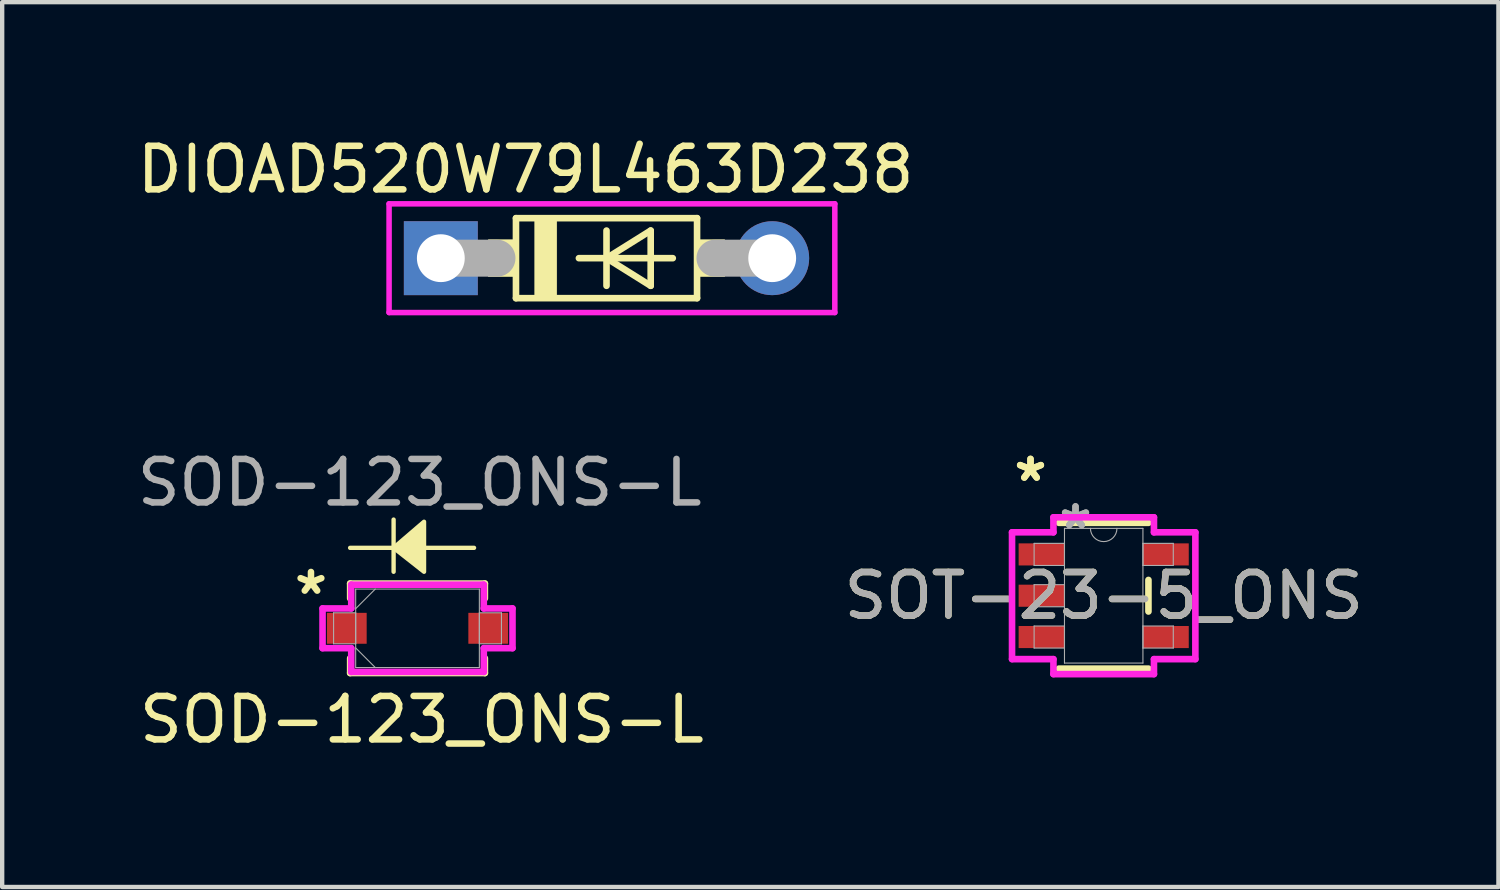
<source format=kicad_pcb>
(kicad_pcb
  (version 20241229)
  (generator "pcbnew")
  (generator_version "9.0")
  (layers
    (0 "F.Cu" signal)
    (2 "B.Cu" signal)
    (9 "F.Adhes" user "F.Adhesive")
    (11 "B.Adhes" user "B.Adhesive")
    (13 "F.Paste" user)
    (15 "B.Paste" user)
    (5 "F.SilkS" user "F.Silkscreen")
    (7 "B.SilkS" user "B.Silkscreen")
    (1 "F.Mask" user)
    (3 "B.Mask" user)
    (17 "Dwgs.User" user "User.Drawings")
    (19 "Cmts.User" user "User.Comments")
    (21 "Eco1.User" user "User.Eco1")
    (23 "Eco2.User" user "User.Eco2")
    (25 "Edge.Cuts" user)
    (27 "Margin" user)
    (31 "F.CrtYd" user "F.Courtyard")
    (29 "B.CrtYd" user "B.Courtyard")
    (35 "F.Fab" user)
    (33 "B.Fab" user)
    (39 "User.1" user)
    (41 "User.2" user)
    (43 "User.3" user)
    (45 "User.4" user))
  (footprint "SOD-123_ONS-L"
    (layer "F.Cu")
    (at 6.551 11.398)
    (property "Reference" "SOD-123_ONS-L" (at 0.1 2.1 0) (unlocked yes) (layer "F.SilkS") (effects (font (size 1 1) (thickness 0.15))))
    (attr smd)
    (fp_line (start -1.549 -1.029) (end -1.549 -0.688) (stroke (width 0.152) (type solid)) (layer "F.SilkS"))
    (fp_line (start -1.549 0.688) (end -1.549 1.029) (stroke (width 0.152) (type solid)) (layer "F.SilkS"))
    (fp_line (start -1.549 1.029) (end 1.549 1.029) (stroke (width 0.152) (type solid)) (layer "F.SilkS"))
    (fp_line (start -0.55 -2.5) (end -0.55 -1.3) (stroke (width 0.1) (type default)) (layer "F.SilkS"))
    (fp_line (start -0.55 -1.85) (end -1.55 -1.85) (stroke (width 0.1) (type default)) (layer "F.SilkS"))
    (fp_line (start 0.2 -1.85) (end 1.3 -1.85) (stroke (width 0.1) (type default)) (layer "F.SilkS"))
    (fp_line (start 1.549 -1.029) (end -1.549 -1.029) (stroke (width 0.152) (type solid)) (layer "F.SilkS"))
    (fp_line (start 1.549 -0.688) (end 1.549 -1.029) (stroke (width 0.152) (type solid)) (layer "F.SilkS"))
    (fp_line (start 1.549 1.029) (end 1.549 0.688) (stroke (width 0.152) (type solid)) (layer "F.SilkS"))
    (fp_poly (pts (xy -0.55 -1.85) (xy 0.15 -2.45) (xy 0.15 -1.3)) (stroke (width 0.1) (type solid)) (fill yes) (layer "F.SilkS"))
    (fp_line (start -2.184 -0.457) (end -1.524 -0.457) (stroke (width 0.152) (type solid)) (layer "F.CrtYd"))
    (fp_line (start -2.184 0.457) (end -2.184 -0.457) (stroke (width 0.152) (type solid)) (layer "F.CrtYd"))
    (fp_line (start -1.524 -1.003) (end 1.524 -1.003) (stroke (width 0.152) (type solid)) (layer "F.CrtYd"))
    (fp_line (start -1.524 -0.457) (end -1.524 -1.003) (stroke (width 0.152) (type solid)) (layer "F.CrtYd"))
    (fp_line (start -1.524 0.457) (end -2.184 0.457) (stroke (width 0.152) (type solid)) (layer "F.CrtYd"))
    (fp_line (start -1.524 1.003) (end -1.524 0.457) (stroke (width 0.152) (type solid)) (layer "F.CrtYd"))
    (fp_line (start 1.524 -1.003) (end 1.524 -0.457) (stroke (width 0.152) (type solid)) (layer "F.CrtYd"))
    (fp_line (start 1.524 -0.457) (end 2.184 -0.457) (stroke (width 0.152) (type solid)) (layer "F.CrtYd"))
    (fp_line (start 1.524 0.457) (end 1.524 1.003) (stroke (width 0.152) (type solid)) (layer "F.CrtYd"))
    (fp_line (start 1.524 1.003) (end -1.524 1.003) (stroke (width 0.152) (type solid)) (layer "F.CrtYd"))
    (fp_line (start 2.184 -0.457) (end 2.184 0.457) (stroke (width 0.152) (type solid)) (layer "F.CrtYd"))
    (fp_line (start 2.184 0.457) (end 1.524 0.457) (stroke (width 0.152) (type solid)) (layer "F.CrtYd"))
    (fp_line (start -1.93 -0.356) (end -1.93 0.356) (stroke (width 0.025) (type solid)) (layer "F.Fab"))
    (fp_line (start -1.93 0.356) (end -1.422 0.356) (stroke (width 0.025) (type solid)) (layer "F.Fab"))
    (fp_line (start -1.422 -0.902) (end -1.422 0.902) (stroke (width 0.025) (type solid)) (layer "F.Fab"))
    (fp_line (start -1.422 -0.451) (end -0.972 -0.902) (stroke (width 0.025) (type solid)) (layer "F.Fab"))
    (fp_line (start -1.422 -0.356) (end -1.93 -0.356) (stroke (width 0.025) (type solid)) (layer "F.Fab"))
    (fp_line (start -1.422 0.356) (end -1.422 -0.356) (stroke (width 0.025) (type solid)) (layer "F.Fab"))
    (fp_line (start -1.422 0.451) (end -0.972 0.902) (stroke (width 0.025) (type solid)) (layer "F.Fab"))
    (fp_line (start -1.422 0.902) (end 1.422 0.902) (stroke (width 0.025) (type solid)) (layer "F.Fab"))
    (fp_line (start 1.422 -0.902) (end -1.422 -0.902) (stroke (width 0.025) (type solid)) (layer "F.Fab"))
    (fp_line (start 1.422 -0.356) (end 1.422 0.356) (stroke (width 0.025) (type solid)) (layer "F.Fab"))
    (fp_line (start 1.422 0.356) (end 1.93 0.356) (stroke (width 0.025) (type solid)) (layer "F.Fab"))
    (fp_line (start 1.422 0.902) (end 1.422 -0.902) (stroke (width 0.025) (type solid)) (layer "F.Fab"))
    (fp_line (start 1.93 -0.356) (end 1.422 -0.356) (stroke (width 0.025) (type solid)) (layer "F.Fab"))
    (fp_line (start 1.93 0.356) (end 1.93 -0.356) (stroke (width 0.025) (type solid)) (layer "F.Fab"))
    (fp_text user "*" (at -2.45 -0.75 0) (layer "F.SilkS") (effects (font (size 1 1) (thickness 0.15))))
    (fp_text user "${REFERENCE}" (at 0.05 -3.35 0) (unlocked yes) (layer "F.Fab") (effects (font (size 1 1) (thickness 0.15))))
    (pad "1" smd rect (at -1.626 0) (size 0.914 0.711) (layers "F.Cu" "F.Mask" "F.Paste"))
    (pad "2" smd rect (at 1.626 0) (size 0.914 0.711) (layers "F.Cu" "F.Mask" "F.Paste")))
  (footprint "SOT-23-5_ONS"
    (layer "F.Cu")
    (at 22.33 10.649)
    (property "Reference" "SOT-23-5_ONS" (at 0 0 0) (unlocked yes) (layer "F.SilkS") (effects (font (size 1 1) (thickness 0.15))))
    (attr smd)
    (fp_line (start -1.029 1.676) (end 1.029 1.676) (stroke (width 0.152) (type solid)) (layer "F.SilkS"))
    (fp_line (start 1.029 -1.676) (end -1.029 -1.676) (stroke (width 0.152) (type solid)) (layer "F.SilkS"))
    (fp_line (start 1.029 0.363) (end 1.029 -0.363) (stroke (width 0.152) (type solid)) (layer "F.SilkS"))
    (fp_line (start -2.108 -1.458) (end -1.156 -1.458) (stroke (width 0.152) (type solid)) (layer "F.CrtYd"))
    (fp_line (start -2.108 1.458) (end -2.108 -1.458) (stroke (width 0.152) (type solid)) (layer "F.CrtYd"))
    (fp_line (start -1.156 -1.803) (end 1.156 -1.803) (stroke (width 0.152) (type solid)) (layer "F.CrtYd"))
    (fp_line (start -1.156 -1.458) (end -1.156 -1.803) (stroke (width 0.152) (type solid)) (layer "F.CrtYd"))
    (fp_line (start -1.156 1.458) (end -2.108 1.458) (stroke (width 0.152) (type solid)) (layer "F.CrtYd"))
    (fp_line (start -1.156 1.803) (end -1.156 1.458) (stroke (width 0.152) (type solid)) (layer "F.CrtYd"))
    (fp_line (start 1.156 -1.803) (end 1.156 -1.458) (stroke (width 0.152) (type solid)) (layer "F.CrtYd"))
    (fp_line (start 1.156 -1.458) (end 2.108 -1.458) (stroke (width 0.152) (type solid)) (layer "F.CrtYd"))
    (fp_line (start 1.156 1.458) (end 1.156 1.803) (stroke (width 0.152) (type solid)) (layer "F.CrtYd"))
    (fp_line (start 1.156 1.803) (end -1.156 1.803) (stroke (width 0.152) (type solid)) (layer "F.CrtYd"))
    (fp_line (start 2.108 -1.458) (end 2.108 1.458) (stroke (width 0.152) (type solid)) (layer "F.CrtYd"))
    (fp_line (start 2.108 1.458) (end 1.156 1.458) (stroke (width 0.152) (type solid)) (layer "F.CrtYd"))
    (fp_line (start -1.6 -1.204) (end -1.6 -0.696) (stroke (width 0.025) (type solid)) (layer "F.Fab"))
    (fp_line (start -1.6 -0.696) (end -0.902 -0.696) (stroke (width 0.025) (type solid)) (layer "F.Fab"))
    (fp_line (start -1.6 -0.254) (end -1.6 0.254) (stroke (width 0.025) (type solid)) (layer "F.Fab"))
    (fp_line (start -1.6 0.254) (end -0.902 0.254) (stroke (width 0.025) (type solid)) (layer "F.Fab"))
    (fp_line (start -1.6 0.696) (end -1.6 1.204) (stroke (width 0.025) (type solid)) (layer "F.Fab"))
    (fp_line (start -1.6 1.204) (end -0.902 1.204) (stroke (width 0.025) (type solid)) (layer "F.Fab"))
    (fp_line (start -0.902 -1.549) (end -0.902 1.549) (stroke (width 0.025) (type solid)) (layer "F.Fab"))
    (fp_line (start -0.902 -1.204) (end -1.6 -1.204) (stroke (width 0.025) (type solid)) (layer "F.Fab"))
    (fp_line (start -0.902 -0.696) (end -0.902 -1.204) (stroke (width 0.025) (type solid)) (layer "F.Fab"))
    (fp_line (start -0.902 -0.254) (end -1.6 -0.254) (stroke (width 0.025) (type solid)) (layer "F.Fab"))
    (fp_line (start -0.902 0.254) (end -0.902 -0.254) (stroke (width 0.025) (type solid)) (layer "F.Fab"))
    (fp_line (start -0.902 0.696) (end -1.6 0.696) (stroke (width 0.025) (type solid)) (layer "F.Fab"))
    (fp_line (start -0.902 1.204) (end -0.902 0.696) (stroke (width 0.025) (type solid)) (layer "F.Fab"))
    (fp_line (start -0.902 1.549) (end 0.902 1.549) (stroke (width 0.025) (type solid)) (layer "F.Fab"))
    (fp_line (start 0.902 -1.549) (end -0.902 -1.549) (stroke (width 0.025) (type solid)) (layer "F.Fab"))
    (fp_line (start 0.902 -1.204) (end 0.902 -0.696) (stroke (width 0.025) (type solid)) (layer "F.Fab"))
    (fp_line (start 0.902 -0.696) (end 1.6 -0.696) (stroke (width 0.025) (type solid)) (layer "F.Fab"))
    (fp_line (start 0.902 0.696) (end 0.902 1.204) (stroke (width 0.025) (type solid)) (layer "F.Fab"))
    (fp_line (start 0.902 1.204) (end 1.6 1.204) (stroke (width 0.025) (type solid)) (layer "F.Fab"))
    (fp_line (start 0.902 1.549) (end 0.902 -1.549) (stroke (width 0.025) (type solid)) (layer "F.Fab"))
    (fp_line (start 1.6 -1.204) (end 0.902 -1.204) (stroke (width 0.025) (type solid)) (layer "F.Fab"))
    (fp_line (start 1.6 -0.696) (end 1.6 -1.204) (stroke (width 0.025) (type solid)) (layer "F.Fab"))
    (fp_line (start 1.6 0.696) (end 0.902 0.696) (stroke (width 0.025) (type solid)) (layer "F.Fab"))
    (fp_line (start 1.6 1.204) (end 1.6 0.696) (stroke (width 0.025) (type solid)) (layer "F.Fab"))
    (fp_arc (start 0.3048 -1.5494) (mid 0 -1.2446) (end -0.3048 -1.5494) (stroke (width 0.0254) (type solid)) (layer "F.Fab"))
    (fp_text user "*" (at -1.683 -2.601 0) (layer "F.SilkS") (effects (font (size 1 1) (thickness 0.15))))
    (fp_text user "*" (at -1.683 -2.601 0) (unlocked yes) (layer "F.SilkS") (effects (font (size 1 1) (thickness 0.15))))
    (fp_text user "*" (at -0.648 -1.509 0) (layer "F.Fab") (effects (font (size 1 1) (thickness 0.15))))
    (fp_text user "*" (at -0.648 -1.509 0) (unlocked yes) (layer "F.Fab") (effects (font (size 1 1) (thickness 0.15))))
    (fp_text user "${REFERENCE}" (at 0 0 0) (unlocked yes) (layer "F.Fab") (effects (font (size 1 1) (thickness 0.15))))
    (pad "1" smd rect (at -1.429 -0.95) (size 1.054 0.508) (layers "F.Cu" "F.Mask" "F.Paste"))
    (pad "2" smd rect (at -1.429 0) (size 1.054 0.508) (layers "F.Cu" "F.Mask" "F.Paste"))
    (pad "3" smd rect (at -1.429 0.95) (size 1.054 0.508) (layers "F.Cu" "F.Mask" "F.Paste"))
    (pad "4" smd rect (at 1.429 0.95) (size 1.054 0.508) (layers "F.Cu" "F.Mask" "F.Paste"))
    (pad "5" smd rect (at 1.429 -0.95) (size 1.054 0.508) (layers "F.Cu" "F.Mask" "F.Paste")))
  (footprint "DIOAD520W79L463D238"
    (layer "F.Cu")
    (at 10.897 2.887)
    (property "Reference" "DIOAD520W79L463D238" (at -1.859 -2.038 0) (layer "F.SilkS") (effects (font (size 1.001 1.001) (thickness 0.15))))
    (attr through_hole)
    (fp_line (start -2.082 -0.92) (end -2.082 0.92) (stroke (width 0.152) (type solid)) (layer "F.SilkS"))
    (fp_line (start -2.082 -0.92) (end 2.082 -0.92) (stroke (width 0.152) (type solid)) (layer "F.SilkS"))
    (fp_line (start -0.635 0) (end 0 0) (stroke (width 0.152) (type solid)) (layer "F.SilkS"))
    (fp_line (start 0 -0.635) (end 0 0) (stroke (width 0.152) (type solid)) (layer "F.SilkS"))
    (fp_line (start 0 0) (end 0 0.635) (stroke (width 0.152) (type solid)) (layer "F.SilkS"))
    (fp_line (start 0 0) (end 1.016 -0.635) (stroke (width 0.152) (type solid)) (layer "F.SilkS"))
    (fp_line (start 0 0) (end 1.524 0) (stroke (width 0.152) (type solid)) (layer "F.SilkS"))
    (fp_line (start 1.016 -0.635) (end 1.016 0.635) (stroke (width 0.152) (type solid)) (layer "F.SilkS"))
    (fp_line (start 1.016 0.635) (end 0 0) (stroke (width 0.152) (type solid)) (layer "F.SilkS"))
    (fp_line (start 2.082 0.92) (end -2.082 0.92) (stroke (width 0.152) (type solid)) (layer "F.SilkS"))
    (fp_line (start 2.082 0.92) (end 2.082 -0.92) (stroke (width 0.152) (type solid)) (layer "F.SilkS"))
    (fp_poly (pts (xy -2.718 -0.425) (xy -2.082 -0.425) (xy -2.082 0.425) (xy -2.718 0.425)) (stroke (width 0.01) (type solid)) (fill yes) (layer "F.SilkS"))
    (fp_poly (pts (xy -1.652 -0.92) (xy -1.143 -0.92) (xy -1.143 0.951) (xy -1.652 0.951)) (stroke (width 0.01) (type solid)) (fill yes) (layer "F.SilkS"))
    (fp_poly (pts (xy 2.083 -0.425) (xy 2.717 -0.425) (xy 2.717 0.425) (xy 2.083 0.425)) (stroke (width 0.01) (type solid)) (fill yes) (layer "F.SilkS"))
    (fp_line (start -5 -1.25) (end 5.25 -1.25) (stroke (width 0.127) (type solid)) (layer "F.CrtYd"))
    (fp_line (start -5 1.25) (end -5 -1.25) (stroke (width 0.127) (type solid)) (layer "F.CrtYd"))
    (fp_line (start 5.25 -1.25) (end 5.25 1.25) (stroke (width 0.127) (type solid)) (layer "F.CrtYd"))
    (fp_line (start 5.25 1.25) (end -5 1.25) (stroke (width 0.127) (type solid)) (layer "F.CrtYd"))
    (fp_line (start -3.81 0) (end -2.519 0) (stroke (width 0.85) (type solid)) (layer "F.Fab"))
    (fp_line (start 3.81 0) (end 2.494 0) (stroke (width 0.85) (type solid)) (layer "F.Fab"))
    (pad "A" thru_hole circle (at 3.81 0) (size 1.7 1.7) (drill 1.1) (layers "*.Cu" "*.Mask"))
    (pad "C" thru_hole rect (at -3.81 0) (size 1.7 1.7) (drill 1.1) (layers "*.Cu" "*.Mask")))
  (gr_rect
    (start -3 -3)
    (end 31.407 17.347)
    (stroke (width 0.1) (type default))
    (fill no)
    (layer "Edge.Cuts")))
</source>
